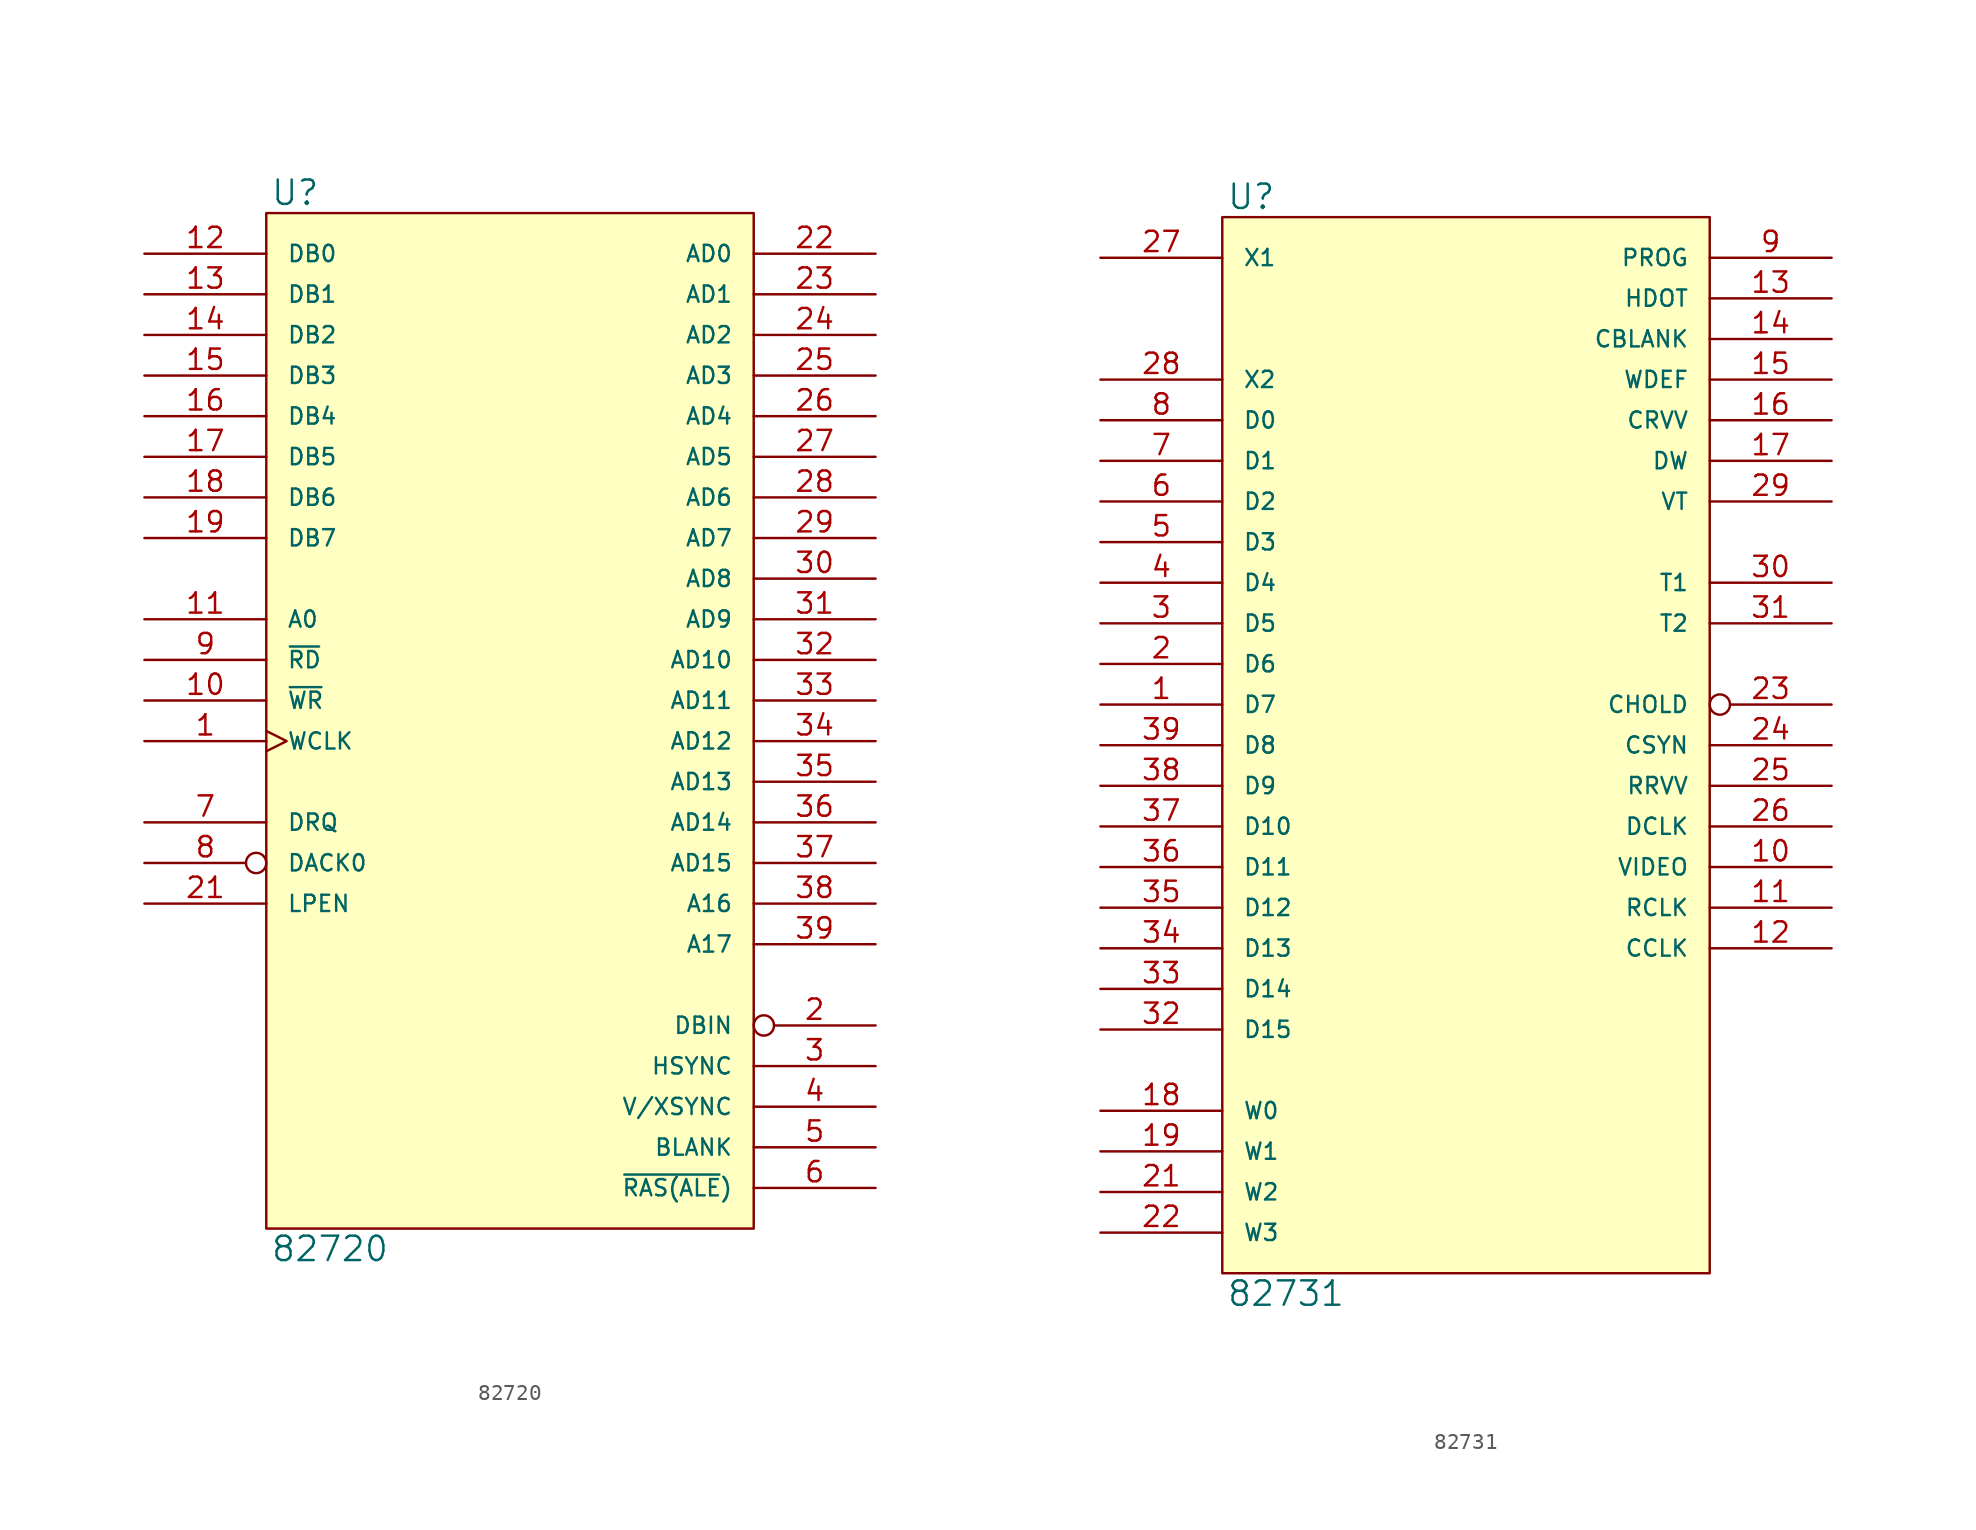
<source format=kicad_sym>
(kicad_symbol_lib
  (version 20231120)
  (generator "kicad_symbol_editor")
  (generator_version "8.0")
  (symbol "82720"
    (pin_names
      (offset 1.27))
    (property "Reference" "U"
      (at 0.254 0.381 0)
      (effects (font (size 1.524 1.524)) (justify left bottom)))
    (property "Value" "82720"
      (at 0.254 -63.881 0)
      (effects (font (size 1.524 1.524)) (justify left top)))
    (symbol "82720_0_1"
      (rectangle (start 0 0) (end 30.48 -63.5) (stroke (width 0) (type solid)) (fill (type background))))
    (symbol "82720_1_1"
      (pin input clock (at -7.62 -33.02 0) (length 7.62) (name "WCLK" (effects (font (size 1.016 1.016)))) (number "1" (effects (font (size 1.27 1.27)))))
      (pin input line (at -7.62 -30.48 0) (length 7.62) (name "~{WR}" (effects (font (size 1.016 1.016)))) (number "10" (effects (font (size 1.27 1.27)))))
      (pin input line (at -7.62 -25.4 0) (length 7.62) (name "A0" (effects (font (size 1.016 1.016)))) (number "11" (effects (font (size 1.27 1.27)))))
      (pin bidirectional line (at -7.62 -2.54 0) (length 7.62) (name "DB0" (effects (font (size 1.016 1.016)))) (number "12" (effects (font (size 1.27 1.27)))))
      (pin bidirectional line (at -7.62 -5.08 0) (length 7.62) (name "DB1" (effects (font (size 1.016 1.016)))) (number "13" (effects (font (size 1.27 1.27)))))
      (pin bidirectional line (at -7.62 -7.62 0) (length 7.62) (name "DB2" (effects (font (size 1.016 1.016)))) (number "14" (effects (font (size 1.27 1.27)))))
      (pin bidirectional line (at -7.62 -10.16 0) (length 7.62) (name "DB3" (effects (font (size 1.016 1.016)))) (number "15" (effects (font (size 1.27 1.27)))))
      (pin bidirectional line (at -7.62 -12.7 0) (length 7.62) (name "DB4" (effects (font (size 1.016 1.016)))) (number "16" (effects (font (size 1.27 1.27)))))
      (pin bidirectional line (at -7.62 -15.24 0) (length 7.62) (name "DB5" (effects (font (size 1.016 1.016)))) (number "17" (effects (font (size 1.27 1.27)))))
      (pin bidirectional line (at -7.62 -17.78 0) (length 7.62) (name "DB6" (effects (font (size 1.016 1.016)))) (number "18" (effects (font (size 1.27 1.27)))))
      (pin bidirectional line (at -7.62 -20.32 0) (length 7.62) (name "DB7" (effects (font (size 1.016 1.016)))) (number "19" (effects (font (size 1.27 1.27)))))
      (pin output inverted (at 38.1 -50.8 180) (length 7.62) (name "DBIN" (effects (font (size 1.016 1.016)))) (number "2" (effects (font (size 1.27 1.27)))))
      (pin power_in line (at 0 -63.5 90) (length 0) hide (name "GND" (effects (font (size 1.016 1.016)))) (number "20" (effects (font (size 1.27 1.27)))))
      (pin input line (at -7.62 -43.18 0) (length 7.62) (name "LPEN" (effects (font (size 1.016 1.016)))) (number "21" (effects (font (size 1.27 1.27)))))
      (pin bidirectional line (at 38.1 -2.54 180) (length 7.62) (name "AD0" (effects (font (size 1.016 1.016)))) (number "22" (effects (font (size 1.27 1.27)))))
      (pin bidirectional line (at 38.1 -5.08 180) (length 7.62) (name "AD1" (effects (font (size 1.016 1.016)))) (number "23" (effects (font (size 1.27 1.27)))))
      (pin bidirectional line (at 38.1 -7.62 180) (length 7.62) (name "AD2" (effects (font (size 1.016 1.016)))) (number "24" (effects (font (size 1.27 1.27)))))
      (pin bidirectional line (at 38.1 -10.16 180) (length 7.62) (name "AD3" (effects (font (size 1.016 1.016)))) (number "25" (effects (font (size 1.27 1.27)))))
      (pin bidirectional line (at 38.1 -12.7 180) (length 7.62) (name "AD4" (effects (font (size 1.016 1.016)))) (number "26" (effects (font (size 1.27 1.27)))))
      (pin bidirectional line (at 38.1 -15.24 180) (length 7.62) (name "AD5" (effects (font (size 1.016 1.016)))) (number "27" (effects (font (size 1.27 1.27)))))
      (pin bidirectional line (at 38.1 -17.78 180) (length 7.62) (name "AD6" (effects (font (size 1.016 1.016)))) (number "28" (effects (font (size 1.27 1.27)))))
      (pin bidirectional line (at 38.1 -20.32 180) (length 7.62) (name "AD7" (effects (font (size 1.016 1.016)))) (number "29" (effects (font (size 1.27 1.27)))))
      (pin output line (at 38.1 -53.34 180) (length 7.62) (name "HSYNC" (effects (font (size 1.016 1.016)))) (number "3" (effects (font (size 1.27 1.27)))))
      (pin bidirectional line (at 38.1 -22.86 180) (length 7.62) (name "AD8" (effects (font (size 1.016 1.016)))) (number "30" (effects (font (size 1.27 1.27)))))
      (pin bidirectional line (at 38.1 -25.4 180) (length 7.62) (name "AD9" (effects (font (size 1.016 1.016)))) (number "31" (effects (font (size 1.27 1.27)))))
      (pin bidirectional line (at 38.1 -27.94 180) (length 7.62) (name "AD10" (effects (font (size 1.016 1.016)))) (number "32" (effects (font (size 1.27 1.27)))))
      (pin bidirectional line (at 38.1 -30.48 180) (length 7.62) (name "AD11" (effects (font (size 1.016 1.016)))) (number "33" (effects (font (size 1.27 1.27)))))
      (pin bidirectional line (at 38.1 -33.02 180) (length 7.62) (name "AD12" (effects (font (size 1.016 1.016)))) (number "34" (effects (font (size 1.27 1.27)))))
      (pin bidirectional line (at 38.1 -35.56 180) (length 7.62) (name "AD13" (effects (font (size 1.016 1.016)))) (number "35" (effects (font (size 1.27 1.27)))))
      (pin bidirectional line (at 38.1 -38.1 180) (length 7.62) (name "AD14" (effects (font (size 1.016 1.016)))) (number "36" (effects (font (size 1.27 1.27)))))
      (pin bidirectional line (at 38.1 -40.64 180) (length 7.62) (name "AD15" (effects (font (size 1.016 1.016)))) (number "37" (effects (font (size 1.27 1.27)))))
      (pin output line (at 38.1 -43.18 180) (length 7.62) (name "A16" (effects (font (size 1.016 1.016)))) (number "38" (effects (font (size 1.27 1.27)))))
      (pin output line (at 38.1 -45.72 180) (length 7.62) (name "A17" (effects (font (size 1.016 1.016)))) (number "39" (effects (font (size 1.27 1.27)))))
      (pin bidirectional line (at 38.1 -55.88 180) (length 7.62) (name "V/XSYNC" (effects (font (size 1.016 1.016)))) (number "4" (effects (font (size 1.27 1.27)))))
      (pin power_in line (at 0 0 270) (length 0) hide (name "VCC" (effects (font (size 1.016 1.016)))) (number "40" (effects (font (size 1.27 1.27)))))
      (pin output line (at 38.1 -58.42 180) (length 7.62) (name "BLANK" (effects (font (size 1.016 1.016)))) (number "5" (effects (font (size 1.27 1.27)))))
      (pin output line (at 38.1 -60.96 180) (length 7.62) (name "~{RAS(ALE})" (effects (font (size 1.016 1.016)))) (number "6" (effects (font (size 1.27 1.27)))))
      (pin output line (at -7.62 -38.1 0) (length 7.62) (name "DRQ" (effects (font (size 1.016 1.016)))) (number "7" (effects (font (size 1.27 1.27)))))
      (pin input inverted (at -7.62 -40.64 0) (length 7.62) (name "DACK0" (effects (font (size 1.016 1.016)))) (number "8" (effects (font (size 1.27 1.27)))))
      (pin input line (at -7.62 -27.94 0) (length 7.62) (name "~{RD}" (effects (font (size 1.016 1.016)))) (number "9" (effects (font (size 1.27 1.27)))))))
  (symbol "82731"
    (pin_names
      (offset 1.27))
    (property "Reference" "U"
      (at 0.254 0.381 0)
      (effects (font (size 1.524 1.524)) (justify left bottom)))
    (property "Value" "82731"
      (at 0.254 -66.421 0)
      (effects (font (size 1.524 1.524)) (justify left top)))
    (symbol "82731_0_1"
      (rectangle (start 0 0) (end 30.48 -66.04) (stroke (width 0) (type solid)) (fill (type background))))
    (symbol "82731_1_1"
      (pin input line (at -7.62 -30.48 0) (length 7.62) (name "D7" (effects (font (size 1.016 1.016)))) (number "1" (effects (font (size 1.27 1.27)))))
      (pin output line (at 38.1 -40.64 180) (length 7.62) (name "VIDEO" (effects (font (size 1.016 1.016)))) (number "10" (effects (font (size 1.27 1.27)))))
      (pin output line (at 38.1 -43.18 180) (length 7.62) (name "RCLK" (effects (font (size 1.016 1.016)))) (number "11" (effects (font (size 1.27 1.27)))))
      (pin output line (at 38.1 -45.72 180) (length 7.62) (name "CCLK" (effects (font (size 1.016 1.016)))) (number "12" (effects (font (size 1.27 1.27)))))
      (pin input line (at 38.1 -5.08 180) (length 7.62) (name "HDOT" (effects (font (size 1.016 1.016)))) (number "13" (effects (font (size 1.27 1.27)))))
      (pin input line (at 38.1 -7.62 180) (length 7.62) (name "CBLANK" (effects (font (size 1.016 1.016)))) (number "14" (effects (font (size 1.27 1.27)))))
      (pin input line (at 38.1 -10.16 180) (length 7.62) (name "WDEF" (effects (font (size 1.016 1.016)))) (number "15" (effects (font (size 1.27 1.27)))))
      (pin input line (at 38.1 -12.7 180) (length 7.62) (name "CRVV" (effects (font (size 1.016 1.016)))) (number "16" (effects (font (size 1.27 1.27)))))
      (pin input line (at 38.1 -15.24 180) (length 7.62) (name "DW" (effects (font (size 1.016 1.016)))) (number "17" (effects (font (size 1.27 1.27)))))
      (pin input line (at -7.62 -55.88 0) (length 7.62) (name "W0" (effects (font (size 1.016 1.016)))) (number "18" (effects (font (size 1.27 1.27)))))
      (pin input line (at -7.62 -58.42 0) (length 7.62) (name "W1" (effects (font (size 1.016 1.016)))) (number "19" (effects (font (size 1.27 1.27)))))
      (pin input line (at -7.62 -27.94 0) (length 7.62) (name "D6" (effects (font (size 1.016 1.016)))) (number "2" (effects (font (size 1.27 1.27)))))
      (pin power_in line (at 0 -66.04 90) (length 0) hide (name "GND" (effects (font (size 1.016 1.016)))) (number "20" (effects (font (size 1.27 1.27)))))
      (pin input line (at -7.62 -60.96 0) (length 7.62) (name "W2" (effects (font (size 1.016 1.016)))) (number "21" (effects (font (size 1.27 1.27)))))
      (pin input line (at -7.62 -63.5 0) (length 7.62) (name "W3" (effects (font (size 1.016 1.016)))) (number "22" (effects (font (size 1.27 1.27)))))
      (pin input inverted (at 38.1 -30.48 180) (length 7.62) (name "CHOLD" (effects (font (size 1.016 1.016)))) (number "23" (effects (font (size 1.27 1.27)))))
      (pin input line (at 38.1 -33.02 180) (length 7.62) (name "CSYN" (effects (font (size 1.016 1.016)))) (number "24" (effects (font (size 1.27 1.27)))))
      (pin input line (at 38.1 -35.56 180) (length 7.62) (name "RRVV" (effects (font (size 1.016 1.016)))) (number "25" (effects (font (size 1.27 1.27)))))
      (pin output line (at 38.1 -38.1 180) (length 7.62) (name "DCLK" (effects (font (size 1.016 1.016)))) (number "26" (effects (font (size 1.27 1.27)))))
      (pin input line (at -7.62 -2.54 0) (length 7.62) (name "X1" (effects (font (size 1.016 1.016)))) (number "27" (effects (font (size 1.27 1.27)))))
      (pin input line (at -7.62 -10.16 0) (length 7.62) (name "X2" (effects (font (size 1.016 1.016)))) (number "28" (effects (font (size 1.27 1.27)))))
      (pin output line (at 38.1 -17.78 180) (length 7.62) (name "VT" (effects (font (size 1.016 1.016)))) (number "29" (effects (font (size 1.27 1.27)))))
      (pin input line (at -7.62 -25.4 0) (length 7.62) (name "D5" (effects (font (size 1.016 1.016)))) (number "3" (effects (font (size 1.27 1.27)))))
      (pin input line (at 38.1 -22.86 180) (length 7.62) (name "T1" (effects (font (size 1.016 1.016)))) (number "30" (effects (font (size 1.27 1.27)))))
      (pin input line (at 38.1 -25.4 180) (length 7.62) (name "T2" (effects (font (size 1.016 1.016)))) (number "31" (effects (font (size 1.27 1.27)))))
      (pin input line (at -7.62 -50.8 0) (length 7.62) (name "D15" (effects (font (size 1.016 1.016)))) (number "32" (effects (font (size 1.27 1.27)))))
      (pin input line (at -7.62 -48.26 0) (length 7.62) (name "D14" (effects (font (size 1.016 1.016)))) (number "33" (effects (font (size 1.27 1.27)))))
      (pin input line (at -7.62 -45.72 0) (length 7.62) (name "D13" (effects (font (size 1.016 1.016)))) (number "34" (effects (font (size 1.27 1.27)))))
      (pin input line (at -7.62 -43.18 0) (length 7.62) (name "D12" (effects (font (size 1.016 1.016)))) (number "35" (effects (font (size 1.27 1.27)))))
      (pin input line (at -7.62 -40.64 0) (length 7.62) (name "D11" (effects (font (size 1.016 1.016)))) (number "36" (effects (font (size 1.27 1.27)))))
      (pin input line (at -7.62 -38.1 0) (length 7.62) (name "D10" (effects (font (size 1.016 1.016)))) (number "37" (effects (font (size 1.27 1.27)))))
      (pin input line (at -7.62 -35.56 0) (length 7.62) (name "D9" (effects (font (size 1.016 1.016)))) (number "38" (effects (font (size 1.27 1.27)))))
      (pin input line (at -7.62 -33.02 0) (length 7.62) (name "D8" (effects (font (size 1.016 1.016)))) (number "39" (effects (font (size 1.27 1.27)))))
      (pin input line (at -7.62 -22.86 0) (length 7.62) (name "D4" (effects (font (size 1.016 1.016)))) (number "4" (effects (font (size 1.27 1.27)))))
      (pin power_in line (at 0 0 270) (length 0) hide (name "VCC" (effects (font (size 1.016 1.016)))) (number "40" (effects (font (size 1.27 1.27)))))
      (pin input line (at -7.62 -20.32 0) (length 7.62) (name "D3" (effects (font (size 1.016 1.016)))) (number "5" (effects (font (size 1.27 1.27)))))
      (pin input line (at -7.62 -17.78 0) (length 7.62) (name "D2" (effects (font (size 1.016 1.016)))) (number "6" (effects (font (size 1.27 1.27)))))
      (pin input line (at -7.62 -15.24 0) (length 7.62) (name "D1" (effects (font (size 1.016 1.016)))) (number "7" (effects (font (size 1.27 1.27)))))
      (pin input line (at -7.62 -12.7 0) (length 7.62) (name "D0" (effects (font (size 1.016 1.016)))) (number "8" (effects (font (size 1.27 1.27)))))
      (pin input line (at 38.1 -2.54 180) (length 7.62) (name "PROG" (effects (font (size 1.016 1.016)))) (number "9" (effects (font (size 1.27 1.27))))))))
</source>
